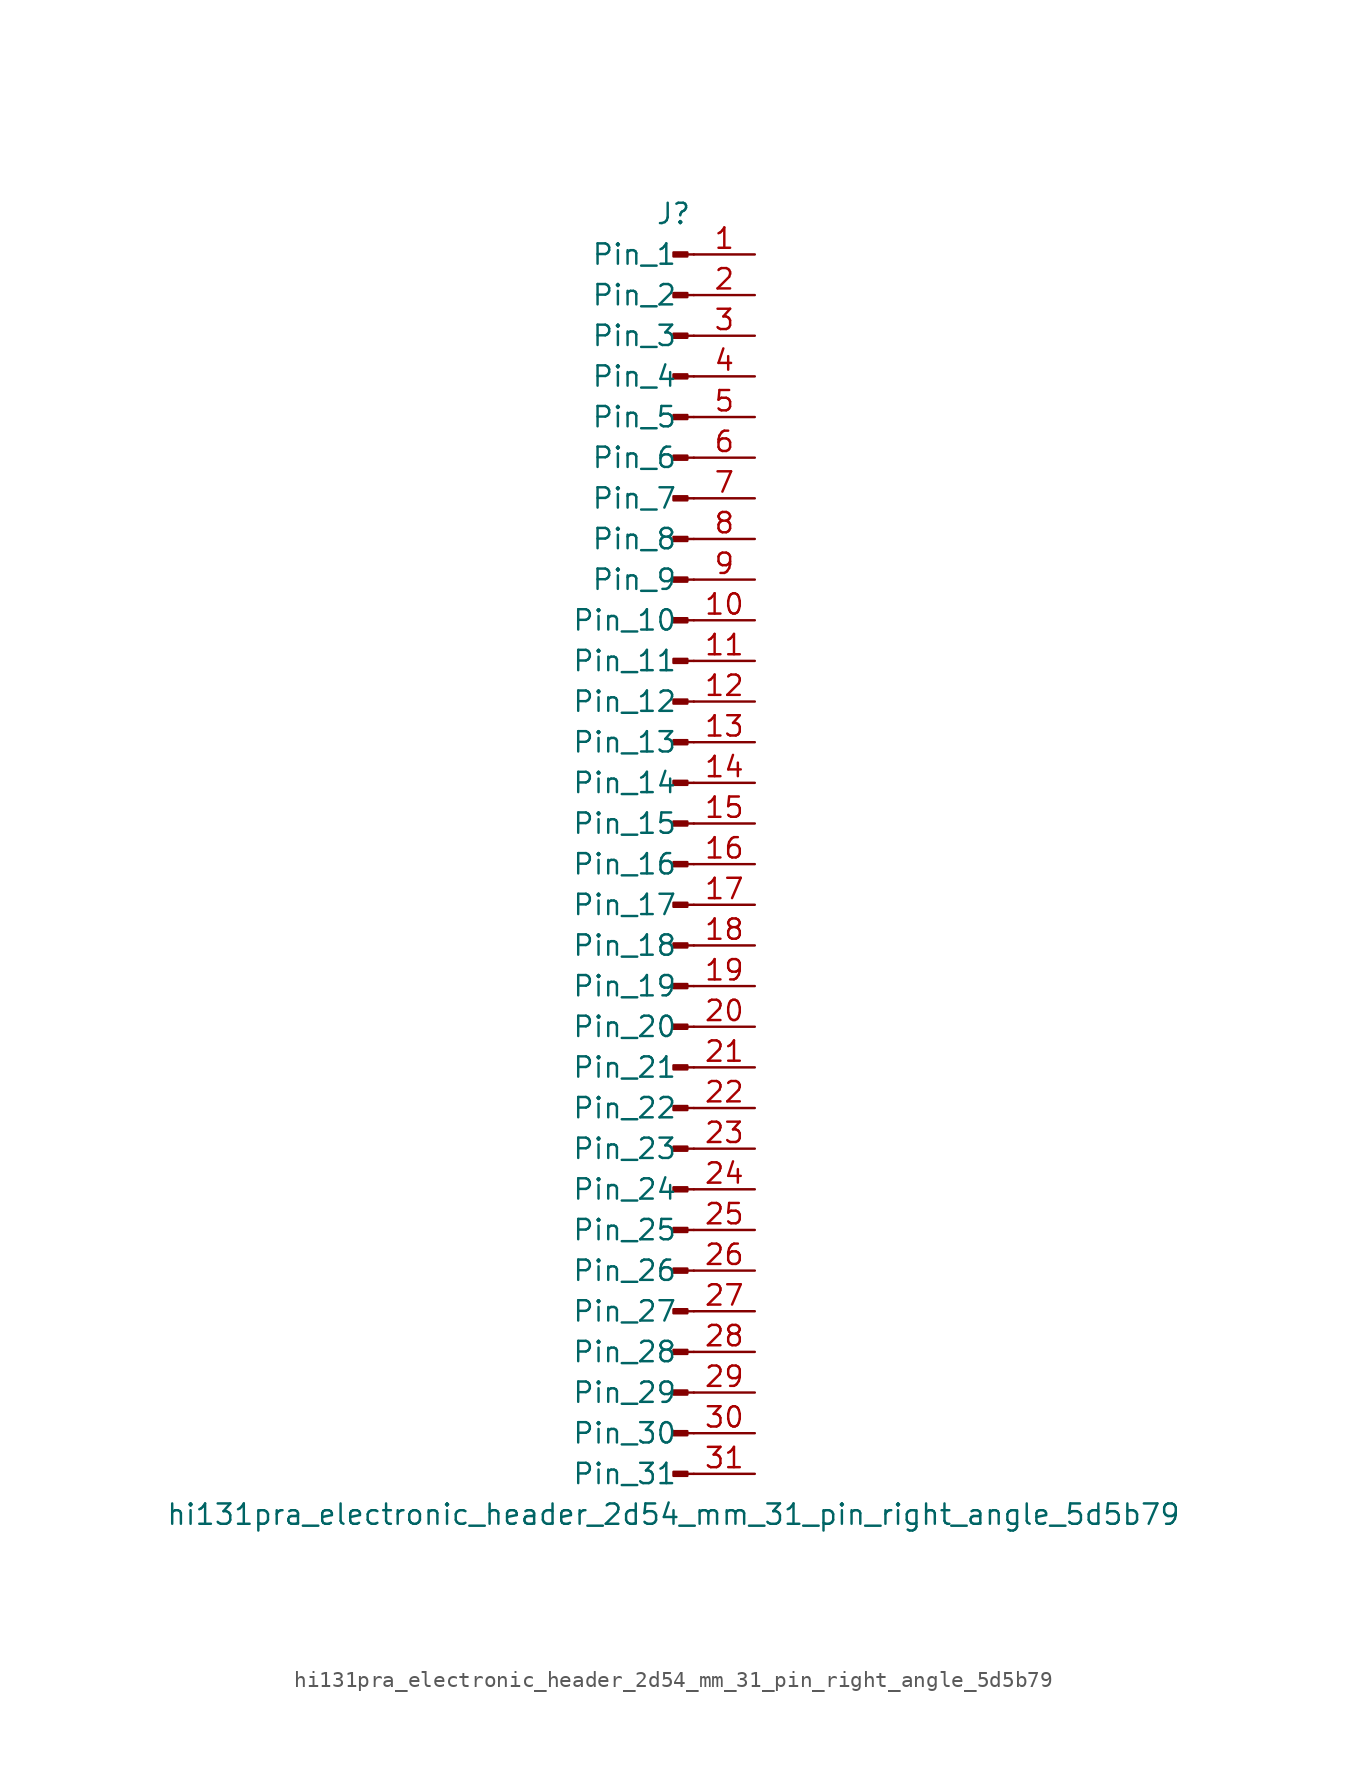
<source format=kicad_sym>
(kicad_symbol_lib
  (version 20220914)
  (generator kicad_symbol_editor)
  (symbol "hi131pra_electronic_header_2d54_mm_31_pin_right_angle_5d5b79"
    (pin_names
      (offset 1.016))
    (property "Reference" "J"
      (at 0 40.64 0)
      (effects (font (size 1.27 1.27))))
    (property "Value" "hi131pra_electronic_header_2d54_mm_31_pin_right_angle_5d5b79"
      (at 0 -40.64 0)
      (effects (font (size 1.27 1.27))))
    (property "ki_locked" ""
      (at 0 0 0)
      (effects (font (size 1.27 1.27))))
    (symbol "hi131pra_electronic_header_2d54_mm_31_pin_right_angle_5d5b79_1_1"
      (polyline (pts (xy 1.27 -38.1) (xy 0.864 -38.1)) (stroke (width 0.152) (type default)) (fill (type none)))
      (polyline (pts (xy 1.27 -35.56) (xy 0.864 -35.56)) (stroke (width 0.152) (type default)) (fill (type none)))
      (polyline (pts (xy 1.27 -33.02) (xy 0.864 -33.02)) (stroke (width 0.152) (type default)) (fill (type none)))
      (polyline (pts (xy 1.27 -30.48) (xy 0.864 -30.48)) (stroke (width 0.152) (type default)) (fill (type none)))
      (polyline (pts (xy 1.27 -27.94) (xy 0.864 -27.94)) (stroke (width 0.152) (type default)) (fill (type none)))
      (polyline (pts (xy 1.27 -25.4) (xy 0.864 -25.4)) (stroke (width 0.152) (type default)) (fill (type none)))
      (polyline (pts (xy 1.27 -22.86) (xy 0.864 -22.86)) (stroke (width 0.152) (type default)) (fill (type none)))
      (polyline (pts (xy 1.27 -20.32) (xy 0.864 -20.32)) (stroke (width 0.152) (type default)) (fill (type none)))
      (polyline (pts (xy 1.27 -17.78) (xy 0.864 -17.78)) (stroke (width 0.152) (type default)) (fill (type none)))
      (polyline (pts (xy 1.27 -15.24) (xy 0.864 -15.24)) (stroke (width 0.152) (type default)) (fill (type none)))
      (polyline (pts (xy 1.27 -12.7) (xy 0.864 -12.7)) (stroke (width 0.152) (type default)) (fill (type none)))
      (polyline (pts (xy 1.27 -10.16) (xy 0.864 -10.16)) (stroke (width 0.152) (type default)) (fill (type none)))
      (polyline (pts (xy 1.27 -7.62) (xy 0.864 -7.62)) (stroke (width 0.152) (type default)) (fill (type none)))
      (polyline (pts (xy 1.27 -5.08) (xy 0.864 -5.08)) (stroke (width 0.152) (type default)) (fill (type none)))
      (polyline (pts (xy 1.27 -2.54) (xy 0.864 -2.54)) (stroke (width 0.152) (type default)) (fill (type none)))
      (polyline (pts (xy 1.27 0) (xy 0.864 0)) (stroke (width 0.152) (type default)) (fill (type none)))
      (polyline (pts (xy 1.27 2.54) (xy 0.864 2.54)) (stroke (width 0.152) (type default)) (fill (type none)))
      (polyline (pts (xy 1.27 5.08) (xy 0.864 5.08)) (stroke (width 0.152) (type default)) (fill (type none)))
      (polyline (pts (xy 1.27 7.62) (xy 0.864 7.62)) (stroke (width 0.152) (type default)) (fill (type none)))
      (polyline (pts (xy 1.27 10.16) (xy 0.864 10.16)) (stroke (width 0.152) (type default)) (fill (type none)))
      (polyline (pts (xy 1.27 12.7) (xy 0.864 12.7)) (stroke (width 0.152) (type default)) (fill (type none)))
      (polyline (pts (xy 1.27 15.24) (xy 0.864 15.24)) (stroke (width 0.152) (type default)) (fill (type none)))
      (polyline (pts (xy 1.27 17.78) (xy 0.864 17.78)) (stroke (width 0.152) (type default)) (fill (type none)))
      (polyline (pts (xy 1.27 20.32) (xy 0.864 20.32)) (stroke (width 0.152) (type default)) (fill (type none)))
      (polyline (pts (xy 1.27 22.86) (xy 0.864 22.86)) (stroke (width 0.152) (type default)) (fill (type none)))
      (polyline (pts (xy 1.27 25.4) (xy 0.864 25.4)) (stroke (width 0.152) (type default)) (fill (type none)))
      (polyline (pts (xy 1.27 27.94) (xy 0.864 27.94)) (stroke (width 0.152) (type default)) (fill (type none)))
      (polyline (pts (xy 1.27 30.48) (xy 0.864 30.48)) (stroke (width 0.152) (type default)) (fill (type none)))
      (polyline (pts (xy 1.27 33.02) (xy 0.864 33.02)) (stroke (width 0.152) (type default)) (fill (type none)))
      (polyline (pts (xy 1.27 35.56) (xy 0.864 35.56)) (stroke (width 0.152) (type default)) (fill (type none)))
      (polyline (pts (xy 1.27 38.1) (xy 0.864 38.1)) (stroke (width 0.152) (type default)) (fill (type none)))
      (rectangle (start 0.864 -37.973) (end 0 -38.227) (stroke (width 0.152) (type default)) (fill (type outline)))
      (rectangle (start 0.864 -35.433) (end 0 -35.687) (stroke (width 0.152) (type default)) (fill (type outline)))
      (rectangle (start 0.864 -32.893) (end 0 -33.147) (stroke (width 0.152) (type default)) (fill (type outline)))
      (rectangle (start 0.864 -30.353) (end 0 -30.607) (stroke (width 0.152) (type default)) (fill (type outline)))
      (rectangle (start 0.864 -27.813) (end 0 -28.067) (stroke (width 0.152) (type default)) (fill (type outline)))
      (rectangle (start 0.864 -25.273) (end 0 -25.527) (stroke (width 0.152) (type default)) (fill (type outline)))
      (rectangle (start 0.864 -22.733) (end 0 -22.987) (stroke (width 0.152) (type default)) (fill (type outline)))
      (rectangle (start 0.864 -20.193) (end 0 -20.447) (stroke (width 0.152) (type default)) (fill (type outline)))
      (rectangle (start 0.864 -17.653) (end 0 -17.907) (stroke (width 0.152) (type default)) (fill (type outline)))
      (rectangle (start 0.864 -15.113) (end 0 -15.367) (stroke (width 0.152) (type default)) (fill (type outline)))
      (rectangle (start 0.864 -12.573) (end 0 -12.827) (stroke (width 0.152) (type default)) (fill (type outline)))
      (rectangle (start 0.864 -10.033) (end 0 -10.287) (stroke (width 0.152) (type default)) (fill (type outline)))
      (rectangle (start 0.864 -7.493) (end 0 -7.747) (stroke (width 0.152) (type default)) (fill (type outline)))
      (rectangle (start 0.864 -4.953) (end 0 -5.207) (stroke (width 0.152) (type default)) (fill (type outline)))
      (rectangle (start 0.864 -2.413) (end 0 -2.667) (stroke (width 0.152) (type default)) (fill (type outline)))
      (rectangle (start 0.864 0.127) (end 0 -0.127) (stroke (width 0.152) (type default)) (fill (type outline)))
      (rectangle (start 0.864 2.667) (end 0 2.413) (stroke (width 0.152) (type default)) (fill (type outline)))
      (rectangle (start 0.864 5.207) (end 0 4.953) (stroke (width 0.152) (type default)) (fill (type outline)))
      (rectangle (start 0.864 7.747) (end 0 7.493) (stroke (width 0.152) (type default)) (fill (type outline)))
      (rectangle (start 0.864 10.287) (end 0 10.033) (stroke (width 0.152) (type default)) (fill (type outline)))
      (rectangle (start 0.864 12.827) (end 0 12.573) (stroke (width 0.152) (type default)) (fill (type outline)))
      (rectangle (start 0.864 15.367) (end 0 15.113) (stroke (width 0.152) (type default)) (fill (type outline)))
      (rectangle (start 0.864 17.907) (end 0 17.653) (stroke (width 0.152) (type default)) (fill (type outline)))
      (rectangle (start 0.864 20.447) (end 0 20.193) (stroke (width 0.152) (type default)) (fill (type outline)))
      (rectangle (start 0.864 22.987) (end 0 22.733) (stroke (width 0.152) (type default)) (fill (type outline)))
      (rectangle (start 0.864 25.527) (end 0 25.273) (stroke (width 0.152) (type default)) (fill (type outline)))
      (rectangle (start 0.864 28.067) (end 0 27.813) (stroke (width 0.152) (type default)) (fill (type outline)))
      (rectangle (start 0.864 30.607) (end 0 30.353) (stroke (width 0.152) (type default)) (fill (type outline)))
      (rectangle (start 0.864 33.147) (end 0 32.893) (stroke (width 0.152) (type default)) (fill (type outline)))
      (rectangle (start 0.864 35.687) (end 0 35.433) (stroke (width 0.152) (type default)) (fill (type outline)))
      (rectangle (start 0.864 38.227) (end 0 37.973) (stroke (width 0.152) (type default)) (fill (type outline)))
      (pin passive line (at 5.08 38.1 180) (length 3.81) (name "Pin_1" (effects (font (size 1.27 1.27)))) (number "1" (effects (font (size 1.27 1.27)))))
      (pin passive line (at 5.08 15.24 180) (length 3.81) (name "Pin_10" (effects (font (size 1.27 1.27)))) (number "10" (effects (font (size 1.27 1.27)))))
      (pin passive line (at 5.08 12.7 180) (length 3.81) (name "Pin_11" (effects (font (size 1.27 1.27)))) (number "11" (effects (font (size 1.27 1.27)))))
      (pin passive line (at 5.08 10.16 180) (length 3.81) (name "Pin_12" (effects (font (size 1.27 1.27)))) (number "12" (effects (font (size 1.27 1.27)))))
      (pin passive line (at 5.08 7.62 180) (length 3.81) (name "Pin_13" (effects (font (size 1.27 1.27)))) (number "13" (effects (font (size 1.27 1.27)))))
      (pin passive line (at 5.08 5.08 180) (length 3.81) (name "Pin_14" (effects (font (size 1.27 1.27)))) (number "14" (effects (font (size 1.27 1.27)))))
      (pin passive line (at 5.08 2.54 180) (length 3.81) (name "Pin_15" (effects (font (size 1.27 1.27)))) (number "15" (effects (font (size 1.27 1.27)))))
      (pin passive line (at 5.08 0 180) (length 3.81) (name "Pin_16" (effects (font (size 1.27 1.27)))) (number "16" (effects (font (size 1.27 1.27)))))
      (pin passive line (at 5.08 -2.54 180) (length 3.81) (name "Pin_17" (effects (font (size 1.27 1.27)))) (number "17" (effects (font (size 1.27 1.27)))))
      (pin passive line (at 5.08 -5.08 180) (length 3.81) (name "Pin_18" (effects (font (size 1.27 1.27)))) (number "18" (effects (font (size 1.27 1.27)))))
      (pin passive line (at 5.08 -7.62 180) (length 3.81) (name "Pin_19" (effects (font (size 1.27 1.27)))) (number "19" (effects (font (size 1.27 1.27)))))
      (pin passive line (at 5.08 35.56 180) (length 3.81) (name "Pin_2" (effects (font (size 1.27 1.27)))) (number "2" (effects (font (size 1.27 1.27)))))
      (pin passive line (at 5.08 -10.16 180) (length 3.81) (name "Pin_20" (effects (font (size 1.27 1.27)))) (number "20" (effects (font (size 1.27 1.27)))))
      (pin passive line (at 5.08 -12.7 180) (length 3.81) (name "Pin_21" (effects (font (size 1.27 1.27)))) (number "21" (effects (font (size 1.27 1.27)))))
      (pin passive line (at 5.08 -15.24 180) (length 3.81) (name "Pin_22" (effects (font (size 1.27 1.27)))) (number "22" (effects (font (size 1.27 1.27)))))
      (pin passive line (at 5.08 -17.78 180) (length 3.81) (name "Pin_23" (effects (font (size 1.27 1.27)))) (number "23" (effects (font (size 1.27 1.27)))))
      (pin passive line (at 5.08 -20.32 180) (length 3.81) (name "Pin_24" (effects (font (size 1.27 1.27)))) (number "24" (effects (font (size 1.27 1.27)))))
      (pin passive line (at 5.08 -22.86 180) (length 3.81) (name "Pin_25" (effects (font (size 1.27 1.27)))) (number "25" (effects (font (size 1.27 1.27)))))
      (pin passive line (at 5.08 -25.4 180) (length 3.81) (name "Pin_26" (effects (font (size 1.27 1.27)))) (number "26" (effects (font (size 1.27 1.27)))))
      (pin passive line (at 5.08 -27.94 180) (length 3.81) (name "Pin_27" (effects (font (size 1.27 1.27)))) (number "27" (effects (font (size 1.27 1.27)))))
      (pin passive line (at 5.08 -30.48 180) (length 3.81) (name "Pin_28" (effects (font (size 1.27 1.27)))) (number "28" (effects (font (size 1.27 1.27)))))
      (pin passive line (at 5.08 -33.02 180) (length 3.81) (name "Pin_29" (effects (font (size 1.27 1.27)))) (number "29" (effects (font (size 1.27 1.27)))))
      (pin passive line (at 5.08 33.02 180) (length 3.81) (name "Pin_3" (effects (font (size 1.27 1.27)))) (number "3" (effects (font (size 1.27 1.27)))))
      (pin passive line (at 5.08 -35.56 180) (length 3.81) (name "Pin_30" (effects (font (size 1.27 1.27)))) (number "30" (effects (font (size 1.27 1.27)))))
      (pin passive line (at 5.08 -38.1 180) (length 3.81) (name "Pin_31" (effects (font (size 1.27 1.27)))) (number "31" (effects (font (size 1.27 1.27)))))
      (pin passive line (at 5.08 30.48 180) (length 3.81) (name "Pin_4" (effects (font (size 1.27 1.27)))) (number "4" (effects (font (size 1.27 1.27)))))
      (pin passive line (at 5.08 27.94 180) (length 3.81) (name "Pin_5" (effects (font (size 1.27 1.27)))) (number "5" (effects (font (size 1.27 1.27)))))
      (pin passive line (at 5.08 25.4 180) (length 3.81) (name "Pin_6" (effects (font (size 1.27 1.27)))) (number "6" (effects (font (size 1.27 1.27)))))
      (pin passive line (at 5.08 22.86 180) (length 3.81) (name "Pin_7" (effects (font (size 1.27 1.27)))) (number "7" (effects (font (size 1.27 1.27)))))
      (pin passive line (at 5.08 20.32 180) (length 3.81) (name "Pin_8" (effects (font (size 1.27 1.27)))) (number "8" (effects (font (size 1.27 1.27)))))
      (pin passive line (at 5.08 17.78 180) (length 3.81) (name "Pin_9" (effects (font (size 1.27 1.27)))) (number "9" (effects (font (size 1.27 1.27))))))))
</source>
